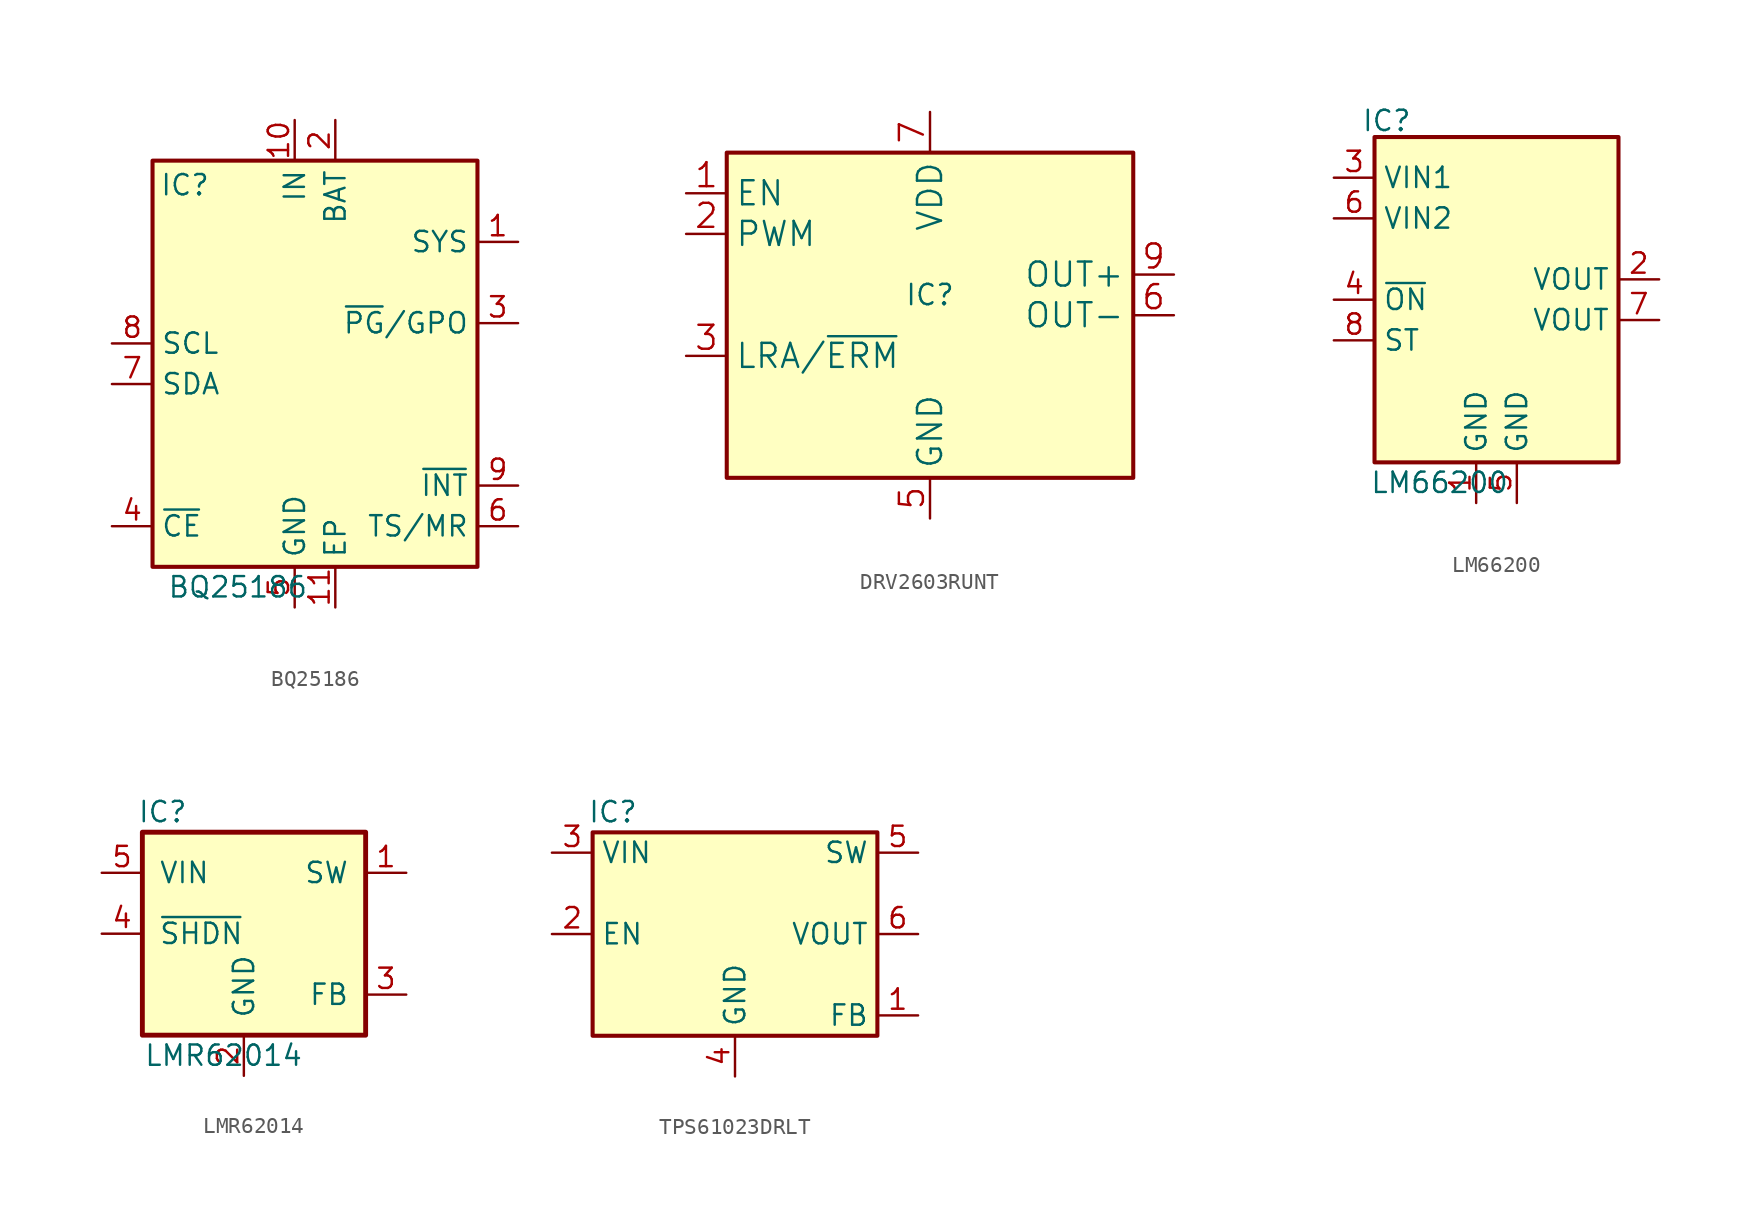
<source format=kicad_sym>
(kicad_symbol_lib
  (version 20241209)
  (generator "kicad_symbol_editor")
  (generator_version "9.0")
  (symbol "BQ25186"
    (property "Reference" "IC"
      (at -8.128 11.176 0)
      (effects (font (size 1.27 1.27))))
    (property "Value" "BQ25186"
      (at -4.826 -13.97 0)
      (effects (font (size 1.27 1.27))))
    (symbol "BQ25186_1_1"
      (rectangle (start -10.16 12.7) (end 10.16 -12.7) (stroke (width 0.254) (type solid)) (fill (type background)))
      (pin input line (at -12.7 1.27 0) (length 2.54) (name "SCL" (effects (font (size 1.27 1.27)))) (number "8" (effects (font (size 1.27 1.27)))))
      (pin bidirectional line (at -12.7 -1.27 0) (length 2.54) (name "SDA" (effects (font (size 1.27 1.27)))) (number "7" (effects (font (size 1.27 1.27)))))
      (pin input line (at -12.7 -10.16 0) (length 2.54) (name "~{CE}" (effects (font (size 1.27 1.27)))) (number "4" (effects (font (size 1.27 1.27)))))
      (pin passive line (at -1.27 15.24 270) (length 2.54) (name "IN" (effects (font (size 1.27 1.27)))) (number "10" (effects (font (size 1.27 1.27)))))
      (pin passive line (at -1.27 -15.24 90) (length 2.54) (name "GND" (effects (font (size 1.27 1.27)))) (number "5" (effects (font (size 1.27 1.27)))))
      (pin input line (at 1.27 15.24 270) (length 2.54) (name "BAT" (effects (font (size 1.27 1.27)))) (number "2" (effects (font (size 1.27 1.27)))))
      (pin passive line (at 1.27 -15.24 90) (length 2.54) (name "EP" (effects (font (size 1.27 1.27)))) (number "11" (effects (font (size 1.27 1.27)))))
      (pin output line (at 12.7 7.62 180) (length 2.54) (name "SYS" (effects (font (size 1.27 1.27)))) (number "1" (effects (font (size 1.27 1.27)))))
      (pin bidirectional line (at 12.7 2.54 180) (length 2.54) (name "~{PG}/GPO" (effects (font (size 1.27 1.27)))) (number "3" (effects (font (size 1.27 1.27)))))
      (pin open_collector line (at 12.7 -7.62 180) (length 2.54) (name "~{INT}" (effects (font (size 1.27 1.27)))) (number "9" (effects (font (size 1.27 1.27)))))
      (pin bidirectional line (at 12.7 -10.16 180) (length 2.54) (name "TS/MR" (effects (font (size 1.27 1.27)))) (number "6" (effects (font (size 1.27 1.27)))))))
  (symbol "DRV2603RUNT"
    (property "Reference" "IC"
      (at 0 0 0)
      (effects (font (size 1.27 1.27))))
    (property "Value" ""
      (at 0 0 0)
      (effects (font (size 1.27 1.27))))
    (symbol "DRV2603RUNT_1_1"
      (rectangle (start -12.7 8.89) (end 12.7 -11.43) (stroke (width 0.254) (type default)) (fill (type background)))
      (pin input line (at -15.24 6.35 0) (length 2.54) (name "EN" (effects (font (size 1.499 1.499)))) (number "1" (effects (font (size 1.499 1.499)))))
      (pin input line (at -15.24 3.81 0) (length 2.54) (name "PWM" (effects (font (size 1.499 1.499)))) (number "2" (effects (font (size 1.499 1.499)))))
      (pin input line (at -15.24 -3.81 0) (length 2.54) (name "LRA/~{ERM}" (effects (font (size 1.499 1.499)))) (number "3" (effects (font (size 1.499 1.499)))))
      (pin power_in line (at 0 11.43 270) (length 2.54) (name "VDD" (effects (font (size 1.499 1.499)))) (number "7" (effects (font (size 1.499 1.499)))))
      (pin power_in line (at 0 -13.97 90) (length 2.54) (hide yes) (name "GND" (effects (font (size 1.499 1.499)))) (number "10" (effects (font (size 1.499 1.499)))))
      (pin power_in line (at 0 -13.97 90) (length 2.54) (name "GND" (effects (font (size 1.499 1.499)))) (number "5" (effects (font (size 1.499 1.499)))))
      (pin power_in line (at 0 -13.97 90) (length 2.54) (hide yes) (name "GND" (effects (font (size 1.499 1.499)))) (number "8" (effects (font (size 1.499 1.499)))))
      (pin output line (at 15.24 1.27 180) (length 2.54) (name "OUT+" (effects (font (size 1.499 1.499)))) (number "9" (effects (font (size 1.499 1.499)))))
      (pin output line (at 15.24 -1.27 180) (length 2.54) (name "OUT-" (effects (font (size 1.499 1.499)))) (number "6" (effects (font (size 1.499 1.499)))))
      (pin no_connect line (at 15.24 -6.35 180) (length 2.54) (hide yes) (name "NC" (effects (font (size 1.27 1.27)))) (number "4" (effects (font (size 1.27 1.27)))))))
  (symbol "LM66200"
    (property "Reference" "IC"
      (at -6.858 11.176 0)
      (effects (font (size 1.27 1.27))))
    (property "Value" "LM66200"
      (at -3.556 -11.43 0)
      (effects (font (size 1.27 1.27))))
    (symbol "LM66200_1_1"
      (rectangle (start -7.62 10.16) (end 7.62 -10.16) (stroke (width 0.254) (type default)) (fill (type background)))
      (pin input line (at -10.16 7.62 0) (length 2.54) (name "VIN1" (effects (font (size 1.27 1.27)))) (number "3" (effects (font (size 1.27 1.27)))))
      (pin input line (at -10.16 5.08 0) (length 2.54) (name "VIN2" (effects (font (size 1.27 1.27)))) (number "6" (effects (font (size 1.27 1.27)))))
      (pin input line (at -10.16 0 0) (length 2.54) (name "~{ON}" (effects (font (size 1.27 1.27)))) (number "4" (effects (font (size 1.27 1.27)))))
      (pin output line (at -10.16 -2.54 0) (length 2.54) (name "ST" (effects (font (size 1.27 1.27)))) (number "8" (effects (font (size 1.27 1.27)))))
      (pin power_in line (at -1.27 -12.7 90) (length 2.54) (name "GND" (effects (font (size 1.27 1.27)))) (number "1" (effects (font (size 1.27 1.27)))))
      (pin power_in line (at 1.27 -12.7 90) (length 2.54) (name "GND" (effects (font (size 1.27 1.27)))) (number "5" (effects (font (size 1.27 1.27)))))
      (pin power_in line (at 10.16 1.27 180) (length 2.54) (name "VOUT" (effects (font (size 1.27 1.27)))) (number "2" (effects (font (size 1.27 1.27)))))
      (pin power_in line (at 10.16 -1.27 180) (length 2.54) (name "VOUT" (effects (font (size 1.27 1.27)))) (number "7" (effects (font (size 1.27 1.27)))))))
  (symbol "LMR62014"
    (pin_names
      (offset 1.016))
    (property "Reference" "IC"
      (at -5.08 7.62 0)
      (effects (font (size 1.27 1.27))))
    (property "Value" "LMR62014"
      (at -1.27 -7.62 0)
      (effects (font (size 1.27 1.27))))
    (symbol "LMR62014_1_1"
      (rectangle (start -6.35 6.35) (end 7.62 -6.35) (stroke (width 0.305) (type solid)) (fill (type background)))
      (pin power_in line (at -8.89 3.81 0) (length 2.54) (name "VIN" (effects (font (size 1.27 1.27)))) (number "5" (effects (font (size 1.27 1.27)))))
      (pin input line (at -8.89 0 0) (length 2.54) (name "~{SHDN}" (effects (font (size 1.27 1.27)))) (number "4" (effects (font (size 1.27 1.27)))))
      (pin passive line (at 0 -8.89 90) (length 2.54) (name "GND" (effects (font (size 1.27 1.27)))) (number "2" (effects (font (size 1.27 1.27)))))
      (pin output line (at 10.16 3.81 180) (length 2.54) (name "SW" (effects (font (size 1.27 1.27)))) (number "1" (effects (font (size 1.27 1.27)))))
      (pin input line (at 10.16 -3.81 180) (length 2.54) (name "FB" (effects (font (size 1.27 1.27)))) (number "3" (effects (font (size 1.27 1.27)))))))
  (symbol "TPS61023DRLT"
    (property "Reference" "IC"
      (at -7.62 7.62 0)
      (effects (font (size 1.27 1.27))))
    (property "Value" ""
      (at 0 0 0)
      (effects (font (size 1.27 1.27))))
    (symbol "TPS61023DRLT_1_0"
      (pin power_in line (at -11.43 5.08 0) (length 2.54) (name "VIN" (effects (font (size 1.27 1.27)))) (number "3" (effects (font (size 1.27 1.27)))))
      (pin input line (at -11.43 0 0) (length 2.54) (name "EN" (effects (font (size 1.27 1.27)))) (number "2" (effects (font (size 1.27 1.27)))))
      (pin power_in line (at 0 -8.89 90) (length 2.54) (name "GND" (effects (font (size 1.27 1.27)))) (number "4" (effects (font (size 1.27 1.27)))))
      (pin passive line (at 11.43 5.08 180) (length 2.54) (name "SW" (effects (font (size 1.27 1.27)))) (number "5" (effects (font (size 1.27 1.27)))))
      (pin power_out line (at 11.43 0 180) (length 2.54) (name "VOUT" (effects (font (size 1.27 1.27)))) (number "6" (effects (font (size 1.27 1.27)))))
      (pin passive line (at 11.43 -5.08 180) (length 2.54) (name "FB" (effects (font (size 1.27 1.27)))) (number "1" (effects (font (size 1.27 1.27))))))
    (symbol "TPS61023DRLT_1_1"
      (polyline (pts (xy -8.89 6.35) (xy 8.89 6.35) (xy 8.89 -6.35) (xy -8.89 -6.35) (xy -8.89 6.35)) (stroke (width 0.254) (type default)) (fill (type background))))))
</source>
